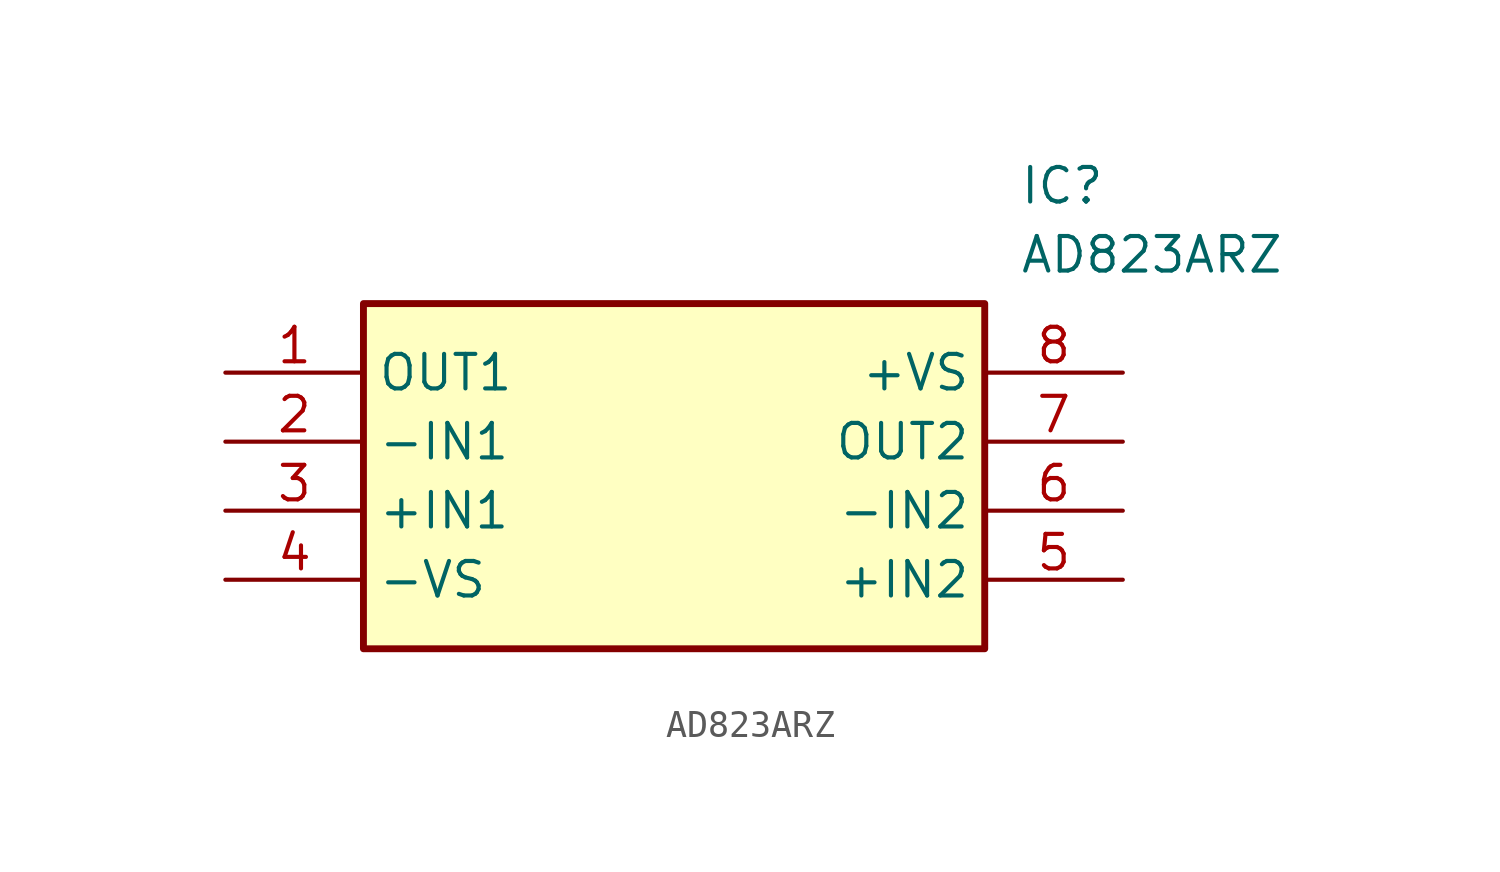
<source format=kicad_sym>
(kicad_symbol_lib
  (version 20211014)
  (generator SamacSys_ECAD_Model)
  (symbol "AD823ARZ"
    (property "Reference" "IC"
      (at 29.21 7.62 0)
      (effects (font (size 1.27 1.27)) (justify left top)))
    (property "Value" "AD823ARZ"
      (at 29.21 5.08 0)
      (effects (font (size 1.27 1.27)) (justify left top)))
    (rectangle
      (start 5.08 2.54)
      (end 27.94 -10.16)
      (stroke (width 0.254) (type default))
      (fill (type background)))
    (pin passive line
      (at 0 0 0)
      (length 5.08)
      (name "OUT1" (effects (font (size 1.27 1.27))))
      (number "1" (effects (font (size 1.27 1.27)))))
    (pin passive line
      (at 0 -2.54 0)
      (length 5.08)
      (name "-IN1" (effects (font (size 1.27 1.27))))
      (number "2" (effects (font (size 1.27 1.27)))))
    (pin passive line
      (at 0 -5.08 0)
      (length 5.08)
      (name "+IN1" (effects (font (size 1.27 1.27))))
      (number "3" (effects (font (size 1.27 1.27)))))
    (pin passive line
      (at 0 -7.62 0)
      (length 5.08)
      (name "-VS" (effects (font (size 1.27 1.27))))
      (number "4" (effects (font (size 1.27 1.27)))))
    (pin passive line
      (at 33.02 0 180)
      (length 5.08)
      (name "+VS" (effects (font (size 1.27 1.27))))
      (number "8" (effects (font (size 1.27 1.27)))))
    (pin passive line
      (at 33.02 -2.54 180)
      (length 5.08)
      (name "OUT2" (effects (font (size 1.27 1.27))))
      (number "7" (effects (font (size 1.27 1.27)))))
    (pin passive line
      (at 33.02 -5.08 180)
      (length 5.08)
      (name "-IN2" (effects (font (size 1.27 1.27))))
      (number "6" (effects (font (size 1.27 1.27)))))
    (pin passive line
      (at 33.02 -7.62 180)
      (length 5.08)
      (name "+IN2" (effects (font (size 1.27 1.27))))
      (number "5" (effects (font (size 1.27 1.27)))))))
</source>
